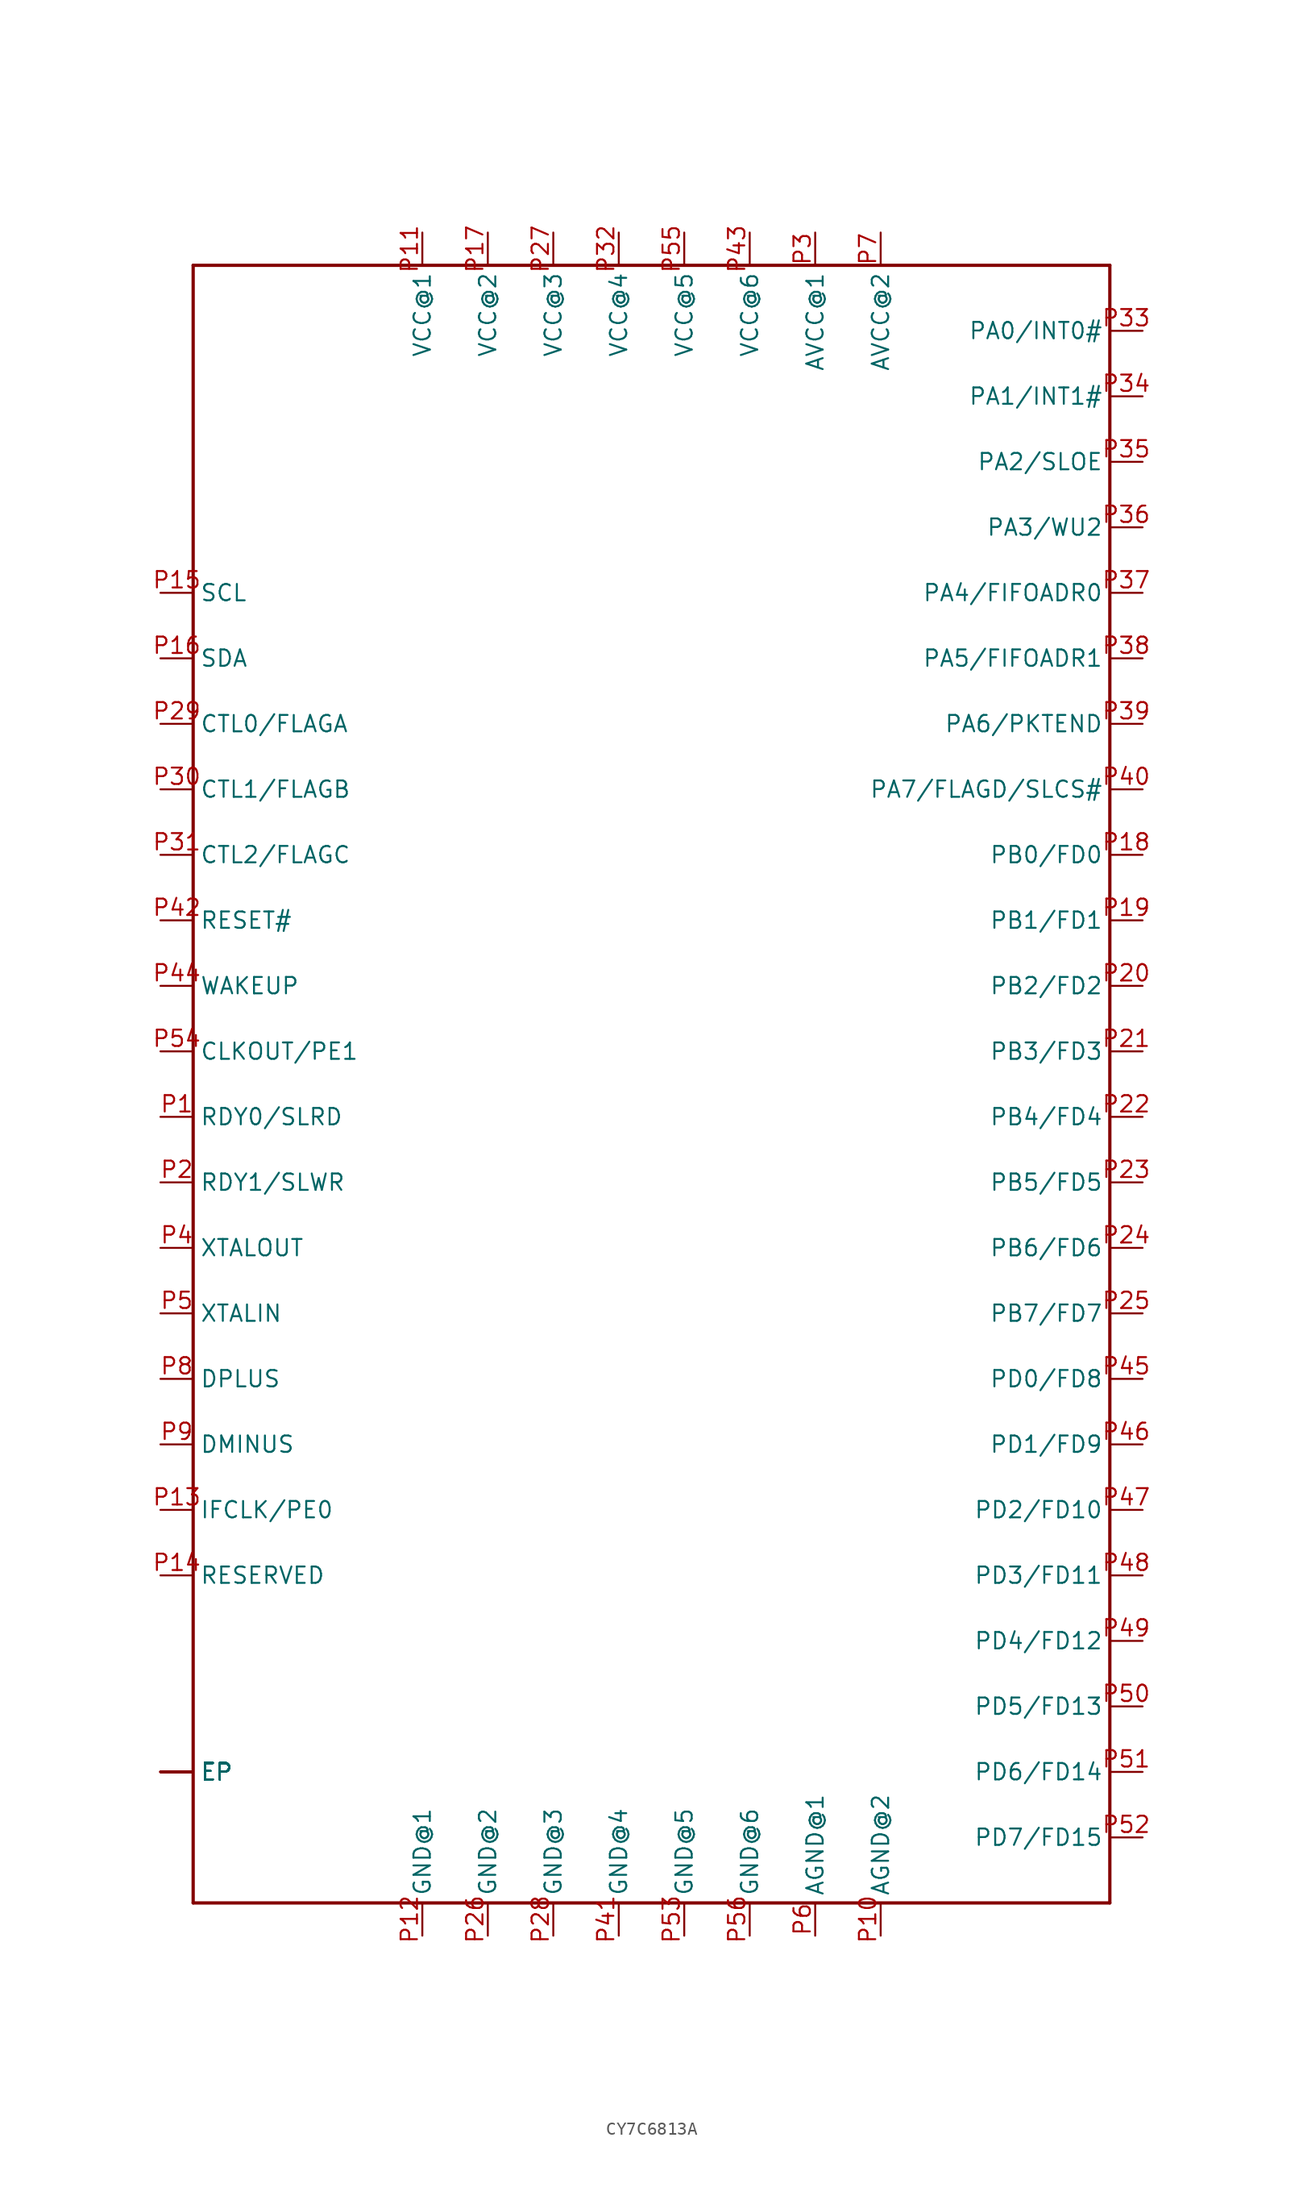
<source format=kicad_sym>
(kicad_symbol_lib
  (version 20220914)
  (generator kicad_symbol_editor)
  (symbol "CY7C6813A"
    (property "Reference" ""
      (at -5.08 6.35 0)
      (effects (font (size 1.778 1.511) bold) (justify left bottom) hide))
    (property "Value" ""
      (at 3.81 -6.35 0)
      (effects (font (size 1.778 1.511) bold) (justify right top)))
    (property "ki_locked" ""
      (at 0 0 0)
      (effects (font (size 1.27 1.27))))
    (symbol "CY7C6813A_1_0"
      (polyline (pts (xy -35.56 -60.96) (xy 35.56 -60.96)) (stroke (width 0.254) (type solid)) (fill (type none)))
      (polyline (pts (xy -35.56 66.04) (xy -35.56 -60.96)) (stroke (width 0.254) (type solid)) (fill (type none)))
      (polyline (pts (xy 35.56 -60.96) (xy 35.56 66.04)) (stroke (width 0.254) (type solid)) (fill (type none)))
      (polyline (pts (xy 35.56 66.04) (xy -35.56 66.04)) (stroke (width 0.254) (type solid)) (fill (type none)))
      (pin power_in line (at -38.1 -50.8 0) (length 2.54) (name "EP" (effects (font (size 1.27 1.27)))) (number "EP1" (effects (font (size 0 0)))))
      (pin power_in line (at -38.1 -50.8 0) (length 2.54) (name "EP" (effects (font (size 1.27 1.27)))) (number "EP2" (effects (font (size 0 0)))))
      (pin power_in line (at -38.1 -50.8 0) (length 2.54) (name "EP" (effects (font (size 1.27 1.27)))) (number "EP3" (effects (font (size 0 0)))))
      (pin power_in line (at -38.1 -50.8 0) (length 2.54) (name "EP" (effects (font (size 1.27 1.27)))) (number "EP4" (effects (font (size 0 0)))))
      (pin power_in line (at -38.1 -50.8 0) (length 2.54) (name "EP" (effects (font (size 1.27 1.27)))) (number "EP5" (effects (font (size 0 0)))))
      (pin power_in line (at -38.1 -50.8 0) (length 2.54) (name "EP" (effects (font (size 1.27 1.27)))) (number "P$1" (effects (font (size 0 0)))))
      (pin power_in line (at -38.1 -50.8 0) (length 2.54) (name "EP" (effects (font (size 1.27 1.27)))) (number "P$10" (effects (font (size 0 0)))))
      (pin power_in line (at -38.1 -50.8 0) (length 2.54) (name "EP" (effects (font (size 1.27 1.27)))) (number "P$11" (effects (font (size 0 0)))))
      (pin power_in line (at -38.1 -50.8 0) (length 2.54) (name "EP" (effects (font (size 1.27 1.27)))) (number "P$12" (effects (font (size 0 0)))))
      (pin power_in line (at -38.1 -50.8 0) (length 2.54) (name "EP" (effects (font (size 1.27 1.27)))) (number "P$13" (effects (font (size 0 0)))))
      (pin power_in line (at -38.1 -50.8 0) (length 2.54) (name "EP" (effects (font (size 1.27 1.27)))) (number "P$14" (effects (font (size 0 0)))))
      (pin power_in line (at -38.1 -50.8 0) (length 2.54) (name "EP" (effects (font (size 1.27 1.27)))) (number "P$15" (effects (font (size 0 0)))))
      (pin power_in line (at -38.1 -50.8 0) (length 2.54) (name "EP" (effects (font (size 1.27 1.27)))) (number "P$16" (effects (font (size 0 0)))))
      (pin power_in line (at -38.1 -50.8 0) (length 2.54) (name "EP" (effects (font (size 1.27 1.27)))) (number "P$17" (effects (font (size 0 0)))))
      (pin power_in line (at -38.1 -50.8 0) (length 2.54) (name "EP" (effects (font (size 1.27 1.27)))) (number "P$18" (effects (font (size 0 0)))))
      (pin power_in line (at -38.1 -50.8 0) (length 2.54) (name "EP" (effects (font (size 1.27 1.27)))) (number "P$19" (effects (font (size 0 0)))))
      (pin power_in line (at -38.1 -50.8 0) (length 2.54) (name "EP" (effects (font (size 1.27 1.27)))) (number "P$2" (effects (font (size 0 0)))))
      (pin power_in line (at -38.1 -50.8 0) (length 2.54) (name "EP" (effects (font (size 1.27 1.27)))) (number "P$20" (effects (font (size 0 0)))))
      (pin power_in line (at -38.1 -50.8 0) (length 2.54) (name "EP" (effects (font (size 1.27 1.27)))) (number "P$3" (effects (font (size 0 0)))))
      (pin power_in line (at -38.1 -50.8 0) (length 2.54) (name "EP" (effects (font (size 1.27 1.27)))) (number "P$4" (effects (font (size 0 0)))))
      (pin power_in line (at -38.1 -50.8 0) (length 2.54) (name "EP" (effects (font (size 1.27 1.27)))) (number "P$5" (effects (font (size 0 0)))))
      (pin power_in line (at -38.1 -50.8 0) (length 2.54) (name "EP" (effects (font (size 1.27 1.27)))) (number "P$6" (effects (font (size 0 0)))))
      (pin power_in line (at -38.1 -50.8 0) (length 2.54) (name "EP" (effects (font (size 1.27 1.27)))) (number "P$7" (effects (font (size 0 0)))))
      (pin power_in line (at -38.1 -50.8 0) (length 2.54) (name "EP" (effects (font (size 1.27 1.27)))) (number "P$8" (effects (font (size 0 0)))))
      (pin power_in line (at -38.1 -50.8 0) (length 2.54) (name "EP" (effects (font (size 1.27 1.27)))) (number "P$9" (effects (font (size 0 0)))))
      (pin bidirectional line (at -38.1 0 0) (length 2.54) (name "RDY0/SLRD" (effects (font (size 1.27 1.27)))) (number "P1" (effects (font (size 1.27 1.27)))))
      (pin power_in line (at 17.78 -63.5 90) (length 2.54) (name "AGND@2" (effects (font (size 1.27 1.27)))) (number "P10" (effects (font (size 1.27 1.27)))))
      (pin power_in line (at -17.78 68.58 270) (length 2.54) (name "VCC@1" (effects (font (size 1.27 1.27)))) (number "P11" (effects (font (size 1.27 1.27)))))
      (pin power_in line (at -17.78 -63.5 90) (length 2.54) (name "GND@1" (effects (font (size 1.27 1.27)))) (number "P12" (effects (font (size 1.27 1.27)))))
      (pin input line (at -38.1 -30.48 0) (length 2.54) (name "IFCLK/PE0" (effects (font (size 1.27 1.27)))) (number "P13" (effects (font (size 1.27 1.27)))))
      (pin bidirectional line (at -38.1 -35.56 0) (length 2.54) (name "RESERVED" (effects (font (size 1.27 1.27)))) (number "P14" (effects (font (size 1.27 1.27)))))
      (pin output line (at -38.1 40.64 0) (length 2.54) (name "SCL" (effects (font (size 1.27 1.27)))) (number "P15" (effects (font (size 1.27 1.27)))))
      (pin output line (at -38.1 35.56 0) (length 2.54) (name "SDA" (effects (font (size 1.27 1.27)))) (number "P16" (effects (font (size 1.27 1.27)))))
      (pin power_in line (at -12.7 68.58 270) (length 2.54) (name "VCC@2" (effects (font (size 1.27 1.27)))) (number "P17" (effects (font (size 1.27 1.27)))))
      (pin bidirectional line (at 38.1 20.32 180) (length 2.54) (name "PB0/FD0" (effects (font (size 1.27 1.27)))) (number "P18" (effects (font (size 1.27 1.27)))))
      (pin bidirectional line (at 38.1 15.24 180) (length 2.54) (name "PB1/FD1" (effects (font (size 1.27 1.27)))) (number "P19" (effects (font (size 1.27 1.27)))))
      (pin bidirectional line (at -38.1 -5.08 0) (length 2.54) (name "RDY1/SLWR" (effects (font (size 1.27 1.27)))) (number "P2" (effects (font (size 1.27 1.27)))))
      (pin bidirectional line (at 38.1 10.16 180) (length 2.54) (name "PB2/FD2" (effects (font (size 1.27 1.27)))) (number "P20" (effects (font (size 1.27 1.27)))))
      (pin bidirectional line (at 38.1 5.08 180) (length 2.54) (name "PB3/FD3" (effects (font (size 1.27 1.27)))) (number "P21" (effects (font (size 1.27 1.27)))))
      (pin bidirectional line (at 38.1 0 180) (length 2.54) (name "PB4/FD4" (effects (font (size 1.27 1.27)))) (number "P22" (effects (font (size 1.27 1.27)))))
      (pin bidirectional line (at 38.1 -5.08 180) (length 2.54) (name "PB5/FD5" (effects (font (size 1.27 1.27)))) (number "P23" (effects (font (size 1.27 1.27)))))
      (pin bidirectional line (at 38.1 -10.16 180) (length 2.54) (name "PB6/FD6" (effects (font (size 1.27 1.27)))) (number "P24" (effects (font (size 1.27 1.27)))))
      (pin bidirectional line (at 38.1 -15.24 180) (length 2.54) (name "PB7/FD7" (effects (font (size 1.27 1.27)))) (number "P25" (effects (font (size 1.27 1.27)))))
      (pin power_in line (at -12.7 -63.5 90) (length 2.54) (name "GND@2" (effects (font (size 1.27 1.27)))) (number "P26" (effects (font (size 1.27 1.27)))))
      (pin power_in line (at -7.62 68.58 270) (length 2.54) (name "VCC@3" (effects (font (size 1.27 1.27)))) (number "P27" (effects (font (size 1.27 1.27)))))
      (pin power_in line (at -7.62 -63.5 90) (length 2.54) (name "GND@3" (effects (font (size 1.27 1.27)))) (number "P28" (effects (font (size 1.27 1.27)))))
      (pin bidirectional line (at -38.1 30.48 0) (length 2.54) (name "CTL0/FLAGA" (effects (font (size 1.27 1.27)))) (number "P29" (effects (font (size 1.27 1.27)))))
      (pin power_in line (at 12.7 68.58 270) (length 2.54) (name "AVCC@1" (effects (font (size 1.27 1.27)))) (number "P3" (effects (font (size 1.27 1.27)))))
      (pin bidirectional line (at -38.1 25.4 0) (length 2.54) (name "CTL1/FLAGB" (effects (font (size 1.27 1.27)))) (number "P30" (effects (font (size 1.27 1.27)))))
      (pin bidirectional line (at -38.1 20.32 0) (length 2.54) (name "CTL2/FLAGC" (effects (font (size 1.27 1.27)))) (number "P31" (effects (font (size 1.27 1.27)))))
      (pin power_in line (at -2.54 68.58 270) (length 2.54) (name "VCC@4" (effects (font (size 1.27 1.27)))) (number "P32" (effects (font (size 1.27 1.27)))))
      (pin bidirectional line (at 38.1 60.96 180) (length 2.54) (name "PA0/INT0#" (effects (font (size 1.27 1.27)))) (number "P33" (effects (font (size 1.27 1.27)))))
      (pin bidirectional line (at 38.1 55.88 180) (length 2.54) (name "PA1/INT1#" (effects (font (size 1.27 1.27)))) (number "P34" (effects (font (size 1.27 1.27)))))
      (pin bidirectional line (at 38.1 50.8 180) (length 2.54) (name "PA2/SLOE" (effects (font (size 1.27 1.27)))) (number "P35" (effects (font (size 1.27 1.27)))))
      (pin bidirectional line (at 38.1 45.72 180) (length 2.54) (name "PA3/WU2" (effects (font (size 1.27 1.27)))) (number "P36" (effects (font (size 1.27 1.27)))))
      (pin bidirectional line (at 38.1 40.64 180) (length 2.54) (name "PA4/FIFOADR0" (effects (font (size 1.27 1.27)))) (number "P37" (effects (font (size 1.27 1.27)))))
      (pin bidirectional line (at 38.1 35.56 180) (length 2.54) (name "PA5/FIFOADR1" (effects (font (size 1.27 1.27)))) (number "P38" (effects (font (size 1.27 1.27)))))
      (pin bidirectional line (at 38.1 30.48 180) (length 2.54) (name "PA6/PKTEND" (effects (font (size 1.27 1.27)))) (number "P39" (effects (font (size 1.27 1.27)))))
      (pin output line (at -38.1 -10.16 0) (length 2.54) (name "XTALOUT" (effects (font (size 1.27 1.27)))) (number "P4" (effects (font (size 1.27 1.27)))))
      (pin bidirectional line (at 38.1 25.4 180) (length 2.54) (name "PA7/FLAGD/SLCS#" (effects (font (size 1.27 1.27)))) (number "P40" (effects (font (size 1.27 1.27)))))
      (pin power_in line (at -2.54 -63.5 90) (length 2.54) (name "GND@4" (effects (font (size 1.27 1.27)))) (number "P41" (effects (font (size 1.27 1.27)))))
      (pin input line (at -38.1 15.24 0) (length 2.54) (name "RESET#" (effects (font (size 1.27 1.27)))) (number "P42" (effects (font (size 1.27 1.27)))))
      (pin power_in line (at 7.62 68.58 270) (length 2.54) (name "VCC@6" (effects (font (size 1.27 1.27)))) (number "P43" (effects (font (size 1.27 1.27)))))
      (pin input line (at -38.1 10.16 0) (length 2.54) (name "WAKEUP" (effects (font (size 1.27 1.27)))) (number "P44" (effects (font (size 1.27 1.27)))))
      (pin bidirectional line (at 38.1 -20.32 180) (length 2.54) (name "PD0/FD8" (effects (font (size 1.27 1.27)))) (number "P45" (effects (font (size 1.27 1.27)))))
      (pin bidirectional line (at 38.1 -25.4 180) (length 2.54) (name "PD1/FD9" (effects (font (size 1.27 1.27)))) (number "P46" (effects (font (size 1.27 1.27)))))
      (pin bidirectional line (at 38.1 -30.48 180) (length 2.54) (name "PD2/FD10" (effects (font (size 1.27 1.27)))) (number "P47" (effects (font (size 1.27 1.27)))))
      (pin bidirectional line (at 38.1 -35.56 180) (length 2.54) (name "PD3/FD11" (effects (font (size 1.27 1.27)))) (number "P48" (effects (font (size 1.27 1.27)))))
      (pin bidirectional line (at 38.1 -40.64 180) (length 2.54) (name "PD4/FD12" (effects (font (size 1.27 1.27)))) (number "P49" (effects (font (size 1.27 1.27)))))
      (pin input line (at -38.1 -15.24 0) (length 2.54) (name "XTALIN" (effects (font (size 1.27 1.27)))) (number "P5" (effects (font (size 1.27 1.27)))))
      (pin bidirectional line (at 38.1 -45.72 180) (length 2.54) (name "PD5/FD13" (effects (font (size 1.27 1.27)))) (number "P50" (effects (font (size 1.27 1.27)))))
      (pin bidirectional line (at 38.1 -50.8 180) (length 2.54) (name "PD6/FD14" (effects (font (size 1.27 1.27)))) (number "P51" (effects (font (size 1.27 1.27)))))
      (pin bidirectional line (at 38.1 -55.88 180) (length 2.54) (name "PD7/FD15" (effects (font (size 1.27 1.27)))) (number "P52" (effects (font (size 1.27 1.27)))))
      (pin power_in line (at 2.54 -63.5 90) (length 2.54) (name "GND@5" (effects (font (size 1.27 1.27)))) (number "P53" (effects (font (size 1.27 1.27)))))
      (pin bidirectional line (at -38.1 5.08 0) (length 2.54) (name "CLKOUT/PE1" (effects (font (size 1.27 1.27)))) (number "P54" (effects (font (size 1.27 1.27)))))
      (pin power_in line (at 2.54 68.58 270) (length 2.54) (name "VCC@5" (effects (font (size 1.27 1.27)))) (number "P55" (effects (font (size 1.27 1.27)))))
      (pin power_in line (at 7.62 -63.5 90) (length 2.54) (name "GND@6" (effects (font (size 1.27 1.27)))) (number "P56" (effects (font (size 1.27 1.27)))))
      (pin power_in line (at 12.7 -63.5 90) (length 2.54) (name "AGND@1" (effects (font (size 1.27 1.27)))) (number "P6" (effects (font (size 1.27 1.27)))))
      (pin power_in line (at 17.78 68.58 270) (length 2.54) (name "AVCC@2" (effects (font (size 1.27 1.27)))) (number "P7" (effects (font (size 1.27 1.27)))))
      (pin bidirectional line (at -38.1 -20.32 0) (length 2.54) (name "DPLUS" (effects (font (size 1.27 1.27)))) (number "P8" (effects (font (size 1.27 1.27)))))
      (pin bidirectional line (at -38.1 -25.4 0) (length 2.54) (name "DMINUS" (effects (font (size 1.27 1.27)))) (number "P9" (effects (font (size 1.27 1.27))))))))
</source>
